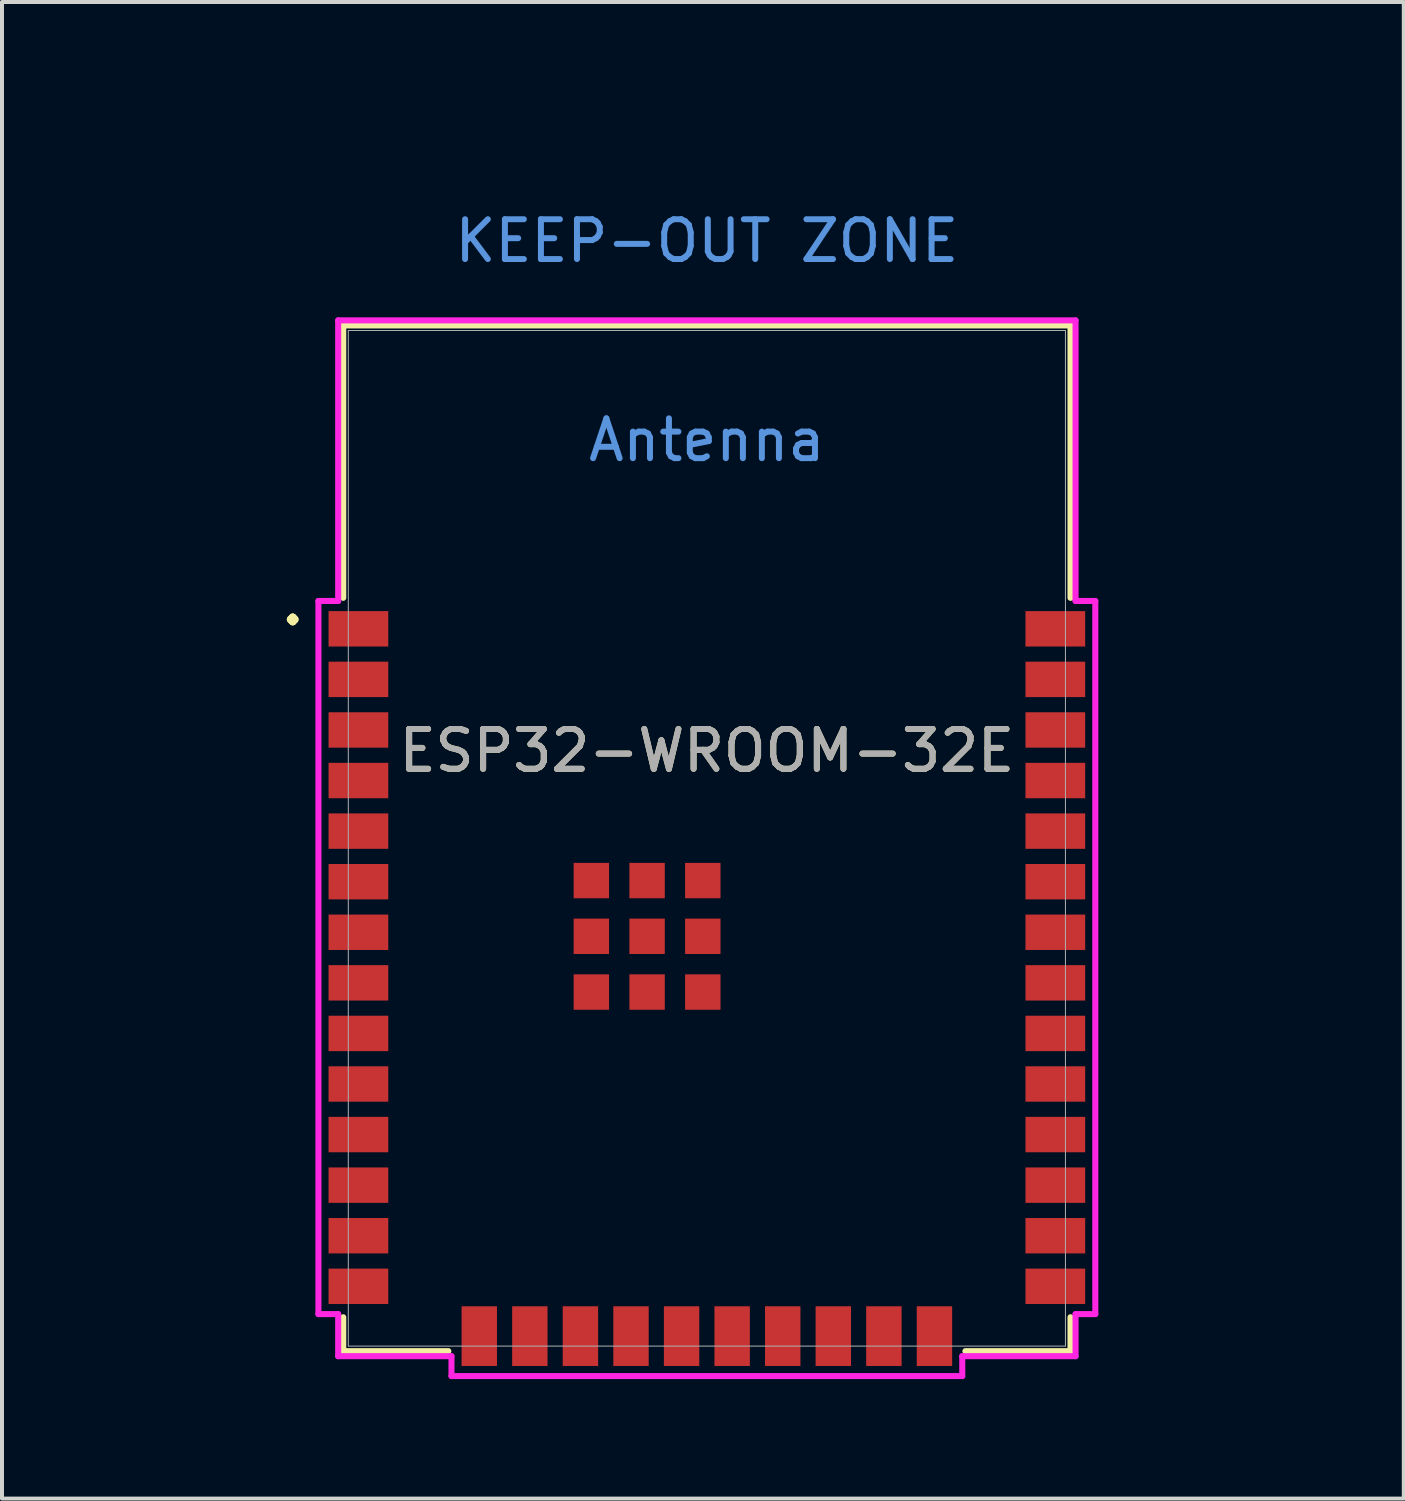
<source format=kicad_pcb>
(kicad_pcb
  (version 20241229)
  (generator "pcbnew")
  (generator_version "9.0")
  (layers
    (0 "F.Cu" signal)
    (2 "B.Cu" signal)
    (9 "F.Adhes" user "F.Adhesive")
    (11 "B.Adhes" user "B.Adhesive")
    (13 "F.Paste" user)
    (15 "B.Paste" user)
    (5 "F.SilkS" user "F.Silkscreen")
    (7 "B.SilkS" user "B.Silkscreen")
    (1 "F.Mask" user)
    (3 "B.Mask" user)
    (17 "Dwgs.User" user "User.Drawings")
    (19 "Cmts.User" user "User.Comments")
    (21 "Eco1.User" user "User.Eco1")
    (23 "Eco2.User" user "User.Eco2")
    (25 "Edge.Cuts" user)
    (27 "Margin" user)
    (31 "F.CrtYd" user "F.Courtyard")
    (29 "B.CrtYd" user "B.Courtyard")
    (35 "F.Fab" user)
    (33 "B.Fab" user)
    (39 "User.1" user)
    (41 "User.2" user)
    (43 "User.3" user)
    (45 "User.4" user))
  (footprint "ESP32­-WROOM­-32E"
    (layer "F.Cu")
    (at 14.7 18)
    (property "Reference" "ESP32­-WROOM­-32E" (at 0 -2.2 0) (unlocked yes) (layer "F.SilkS") (effects (font (size 1 1) (thickness 0.15))))
    (attr smd)
    (fp_line (start -9.131 -12.878) (end -9.131 -6.038) (stroke (width 0.152) (type solid)) (layer "F.SilkS"))
    (fp_line (start -9.131 12.027) (end -9.131 12.878) (stroke (width 0.152) (type solid)) (layer "F.SilkS"))
    (fp_line (start -9.131 12.878) (end -6.492 12.878) (stroke (width 0.152) (type solid)) (layer "F.SilkS"))
    (fp_line (start 6.492 12.878) (end 9.131 12.878) (stroke (width 0.152) (type solid)) (layer "F.SilkS"))
    (fp_line (start 9.131 -12.878) (end -9.131 -12.878) (stroke (width 0.152) (type solid)) (layer "F.SilkS"))
    (fp_line (start 9.131 -6.038) (end 9.131 -12.878) (stroke (width 0.152) (type solid)) (layer "F.SilkS"))
    (fp_line (start 9.131 12.878) (end 9.131 12.027) (stroke (width 0.152) (type solid)) (layer "F.SilkS"))
    (fp_line (start -9.754 -5.959) (end -9.754 11.948) (stroke (width 0.152) (type solid)) (layer "F.CrtYd"))
    (fp_line (start -9.754 11.948) (end -9.258 11.948) (stroke (width 0.152) (type solid)) (layer "F.CrtYd"))
    (fp_line (start -9.258 -13.005) (end -9.258 -5.959) (stroke (width 0.152) (type solid)) (layer "F.CrtYd"))
    (fp_line (start -9.258 -5.959) (end -9.754 -5.959) (stroke (width 0.152) (type solid)) (layer "F.CrtYd"))
    (fp_line (start -9.258 11.948) (end -9.258 13.005) (stroke (width 0.152) (type solid)) (layer "F.CrtYd"))
    (fp_line (start -9.258 13.005) (end -6.413 13.005) (stroke (width 0.152) (type solid)) (layer "F.CrtYd"))
    (fp_line (start -6.413 13.005) (end -6.413 13.504) (stroke (width 0.152) (type solid)) (layer "F.CrtYd"))
    (fp_line (start -6.413 13.504) (end 6.413 13.504) (stroke (width 0.152) (type solid)) (layer "F.CrtYd"))
    (fp_line (start 6.413 13.005) (end 9.258 13.005) (stroke (width 0.152) (type solid)) (layer "F.CrtYd"))
    (fp_line (start 6.413 13.504) (end 6.413 13.005) (stroke (width 0.152) (type solid)) (layer "F.CrtYd"))
    (fp_line (start 9.258 -13.005) (end -9.258 -13.005) (stroke (width 0.152) (type solid)) (layer "F.CrtYd"))
    (fp_line (start 9.258 -5.959) (end 9.258 -13.005) (stroke (width 0.152) (type solid)) (layer "F.CrtYd"))
    (fp_line (start 9.258 11.948) (end 9.754 11.948) (stroke (width 0.152) (type solid)) (layer "F.CrtYd"))
    (fp_line (start 9.258 13.005) (end 9.258 11.948) (stroke (width 0.152) (type solid)) (layer "F.CrtYd"))
    (fp_line (start 9.754 -5.959) (end 9.258 -5.959) (stroke (width 0.152) (type solid)) (layer "F.CrtYd"))
    (fp_line (start 9.754 11.948) (end 9.754 -5.959) (stroke (width 0.152) (type solid)) (layer "F.CrtYd"))
    (fp_line (start -9.004 -12.751) (end -9.004 12.751) (stroke (width 0.025) (type solid)) (layer "F.Fab"))
    (fp_line (start -9.004 12.751) (end 9.004 12.751) (stroke (width 0.025) (type solid)) (layer "F.Fab"))
    (fp_line (start 9.004 -12.751) (end -9.004 -12.751) (stroke (width 0.025) (type solid)) (layer "F.Fab"))
    (fp_line (start 9.004 12.751) (end 9.004 -12.751) (stroke (width 0.025) (type solid)) (layer "F.Fab"))
    (fp_text user "." (at -10.4 -5.9 0) (layer "F.SilkS") (effects (font (size 1 1) (thickness 0.2) (bold yes))))
    (fp_text user "Antenna" (at 0 -10 0) (unlocked yes) (layer "Cmts.User") (effects (font (size 1 1) (thickness 0.15))))
    (fp_text user "KEEP-OUT ZONE" (at 0 -15 0) (unlocked yes) (layer "Cmts.User") (effects (font (size 1 1) (thickness 0.15))))
    (fp_text user "${REFERENCE}" (at 0 -2.2 0) (unlocked yes) (layer "F.Fab") (effects (font (size 1 1) (thickness 0.15))))
    (pad "1" smd rect (at -8.75 -5.26) (size 1.499 0.889) (layers "F.Cu" "F.Mask" "F.Paste"))
    (pad "2" smd rect (at -8.75 -3.99) (size 1.499 0.889) (layers "F.Cu" "F.Mask" "F.Paste"))
    (pad "3" smd rect (at -8.75 -2.72) (size 1.499 0.889) (layers "F.Cu" "F.Mask" "F.Paste"))
    (pad "4" smd rect (at -8.75 -1.45) (size 1.499 0.889) (layers "F.Cu" "F.Mask" "F.Paste"))
    (pad "5" smd rect (at -8.75 -0.18) (size 1.499 0.889) (layers "F.Cu" "F.Mask" "F.Paste"))
    (pad "6" smd rect (at -8.75 1.09) (size 1.499 0.889) (layers "F.Cu" "F.Mask" "F.Paste"))
    (pad "7" smd rect (at -8.75 2.36) (size 1.499 0.889) (layers "F.Cu" "F.Mask" "F.Paste"))
    (pad "8" smd rect (at -8.75 3.63) (size 1.499 0.889) (layers "F.Cu" "F.Mask" "F.Paste"))
    (pad "9" smd rect (at -8.75 4.9) (size 1.499 0.889) (layers "F.Cu" "F.Mask" "F.Paste"))
    (pad "10" smd rect (at -8.75 6.17) (size 1.499 0.889) (layers "F.Cu" "F.Mask" "F.Paste"))
    (pad "11" smd rect (at -8.75 7.44) (size 1.499 0.889) (layers "F.Cu" "F.Mask" "F.Paste"))
    (pad "12" smd rect (at -8.75 8.71) (size 1.499 0.889) (layers "F.Cu" "F.Mask" "F.Paste"))
    (pad "13" smd rect (at -8.75 9.98) (size 1.499 0.889) (layers "F.Cu" "F.Mask" "F.Paste"))
    (pad "14" smd rect (at -8.75 11.25) (size 1.499 0.889) (layers "F.Cu" "F.Mask" "F.Paste"))
    (pad "15" smd rect (at -5.715 12.501 90) (size 1.499 0.889) (layers "F.Cu" "F.Mask" "F.Paste"))
    (pad "16" smd rect (at -4.445 12.501 90) (size 1.499 0.889) (layers "F.Cu" "F.Mask" "F.Paste"))
    (pad "17" smd rect (at -3.175 12.501 90) (size 1.499 0.889) (layers "F.Cu" "F.Mask" "F.Paste"))
    (pad "18" smd rect (at -1.905 12.501 90) (size 1.499 0.889) (layers "F.Cu" "F.Mask" "F.Paste"))
    (pad "19" smd rect (at -0.635 12.501 90) (size 1.499 0.889) (layers "F.Cu" "F.Mask" "F.Paste"))
    (pad "20" smd rect (at 0.635 12.501 90) (size 1.499 0.889) (layers "F.Cu" "F.Mask" "F.Paste"))
    (pad "21" smd rect (at 1.905 12.501 90) (size 1.499 0.889) (layers "F.Cu" "F.Mask" "F.Paste"))
    (pad "22" smd rect (at 3.175 12.501 90) (size 1.499 0.889) (layers "F.Cu" "F.Mask" "F.Paste"))
    (pad "23" smd rect (at 4.445 12.501 90) (size 1.499 0.889) (layers "F.Cu" "F.Mask" "F.Paste"))
    (pad "24" smd rect (at 5.715 12.501 90) (size 1.499 0.889) (layers "F.Cu" "F.Mask" "F.Paste"))
    (pad "25" smd rect (at 8.75 11.25) (size 1.499 0.889) (layers "F.Cu" "F.Mask" "F.Paste"))
    (pad "26" smd rect (at 8.75 9.98) (size 1.499 0.889) (layers "F.Cu" "F.Mask" "F.Paste"))
    (pad "27" smd rect (at 8.75 8.71) (size 1.499 0.889) (layers "F.Cu" "F.Mask" "F.Paste"))
    (pad "28" smd rect (at 8.75 7.44) (size 1.499 0.889) (layers "F.Cu" "F.Mask" "F.Paste"))
    (pad "29" smd rect (at 8.75 6.17) (size 1.499 0.889) (layers "F.Cu" "F.Mask" "F.Paste"))
    (pad "30" smd rect (at 8.75 4.9) (size 1.499 0.889) (layers "F.Cu" "F.Mask" "F.Paste"))
    (pad "31" smd rect (at 8.75 3.63) (size 1.499 0.889) (layers "F.Cu" "F.Mask" "F.Paste"))
    (pad "32" smd rect (at 8.75 2.36) (size 1.499 0.889) (layers "F.Cu" "F.Mask" "F.Paste"))
    (pad "33" smd rect (at 8.75 1.09) (size 1.499 0.889) (layers "F.Cu" "F.Mask" "F.Paste"))
    (pad "34" smd rect (at 8.75 -0.18) (size 1.499 0.889) (layers "F.Cu" "F.Mask" "F.Paste"))
    (pad "35" smd rect (at 8.75 -1.45) (size 1.499 0.889) (layers "F.Cu" "F.Mask" "F.Paste"))
    (pad "36" smd rect (at 8.75 -2.72) (size 1.499 0.889) (layers "F.Cu" "F.Mask" "F.Paste"))
    (pad "37" smd rect (at 8.75 -3.99) (size 1.499 0.889) (layers "F.Cu" "F.Mask" "F.Paste"))
    (pad "38" smd rect (at 8.75 -5.26) (size 1.499 0.889) (layers "F.Cu" "F.Mask" "F.Paste"))
    (pad "39" smd rect (at -2.901 1.062) (size 0.889 0.889) (layers "F.Cu" "F.Mask" "F.Paste"))
    (pad "39" smd rect (at -2.901 2.461) (size 0.889 0.889) (layers "F.Cu" "F.Mask" "F.Paste"))
    (pad "39" smd rect (at -2.901 3.861) (size 0.889 0.889) (layers "F.Cu" "F.Mask" "F.Paste"))
    (pad "39" smd rect (at -1.501 1.062) (size 0.889 0.889) (layers "F.Cu" "F.Mask" "F.Paste"))
    (pad "39" smd rect (at -1.501 2.461) (size 0.889 0.889) (layers "F.Cu" "F.Mask" "F.Paste"))
    (pad "39" smd rect (at -1.501 3.861) (size 0.889 0.889) (layers "F.Cu" "F.Mask" "F.Paste"))
    (pad "39" smd rect (at -0.102 1.062) (size 0.889 0.889) (layers "F.Cu" "F.Mask" "F.Paste"))
    (pad "39" smd rect (at -0.102 2.461) (size 0.889 0.889) (layers "F.Cu" "F.Mask" "F.Paste"))
    (pad "39" smd rect (at -0.102 3.861) (size 0.889 0.889) (layers "F.Cu" "F.Mask" "F.Paste"))
    (zone (net_name "") (layer "Cmts.User") (name "Antenna") (hatch full 0.5) (connect_pads) (min_thickness 0.25) (filled_areas_thickness no) (keepout (tracks not_allowed) (vias not_allowed) (pads not_allowed) (copperpour allowed) (footprints allowed)) (placement (enabled no)) (fill) (polygon (pts (xy 0 0) (xy 29.2 0) (xy 29.2 12) (xy 0 12)))))
  (gr_rect
    (start -3 -3)
    (end 32.2 34.58)
    (stroke (width 0.1) (type default))
    (fill no)
    (layer "Edge.Cuts")))
</source>
